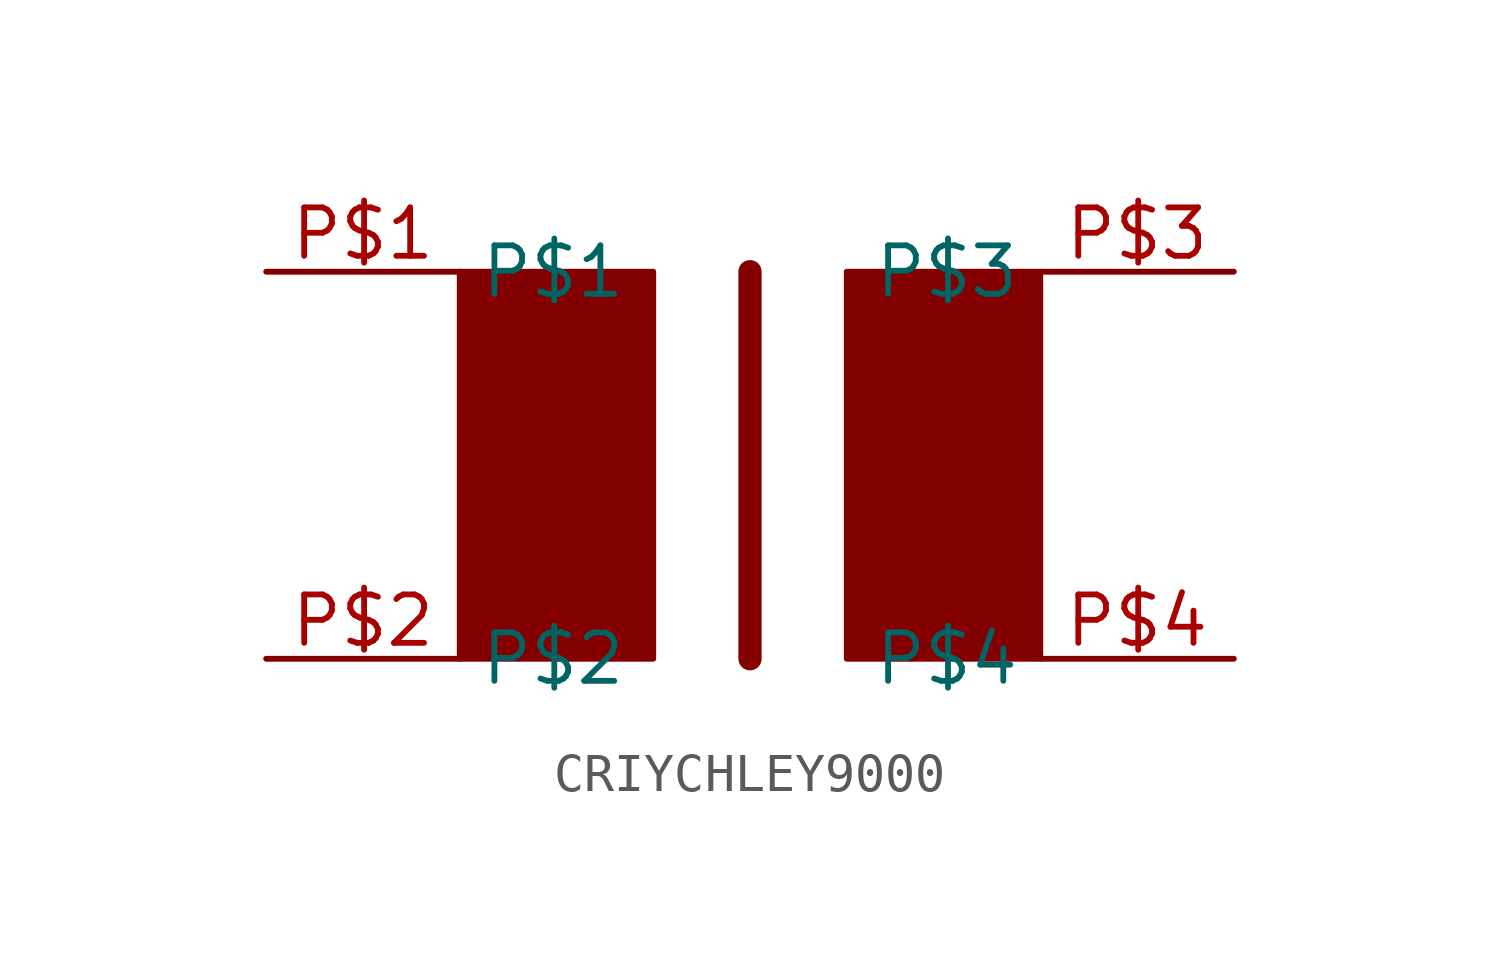
<source format=kicad_sym>
(kicad_symbol_lib
  (version 20211014)
  (generator kicad_symbol_editor)
  (symbol "CRIYCHLEY9000"
    (property "Reference" ""
      (at 0 0 0)
      (effects (font (size 1.27 1.27)) hide))
    (property "ki_locked" ""
      (at 0 0 0)
      (effects (font (size 1.27 1.27))))
    (symbol "CRIYCHLEY9000_1_0"
      (rectangle (start -7.62 -5.08) (end -2.54 5.08) (stroke (width 0) (type default) (color 0 0 0 0)) (fill (type outline)))
      (polyline (pts (xy -12.7 -5.08) (xy -2.54 -5.08)) (stroke (width 0.127) (type default) (color 0 0 0 0)) (fill (type none)))
      (polyline (pts (xy -12.7 5.08) (xy -2.54 5.08)) (stroke (width 0.127) (type default) (color 0 0 0 0)) (fill (type none)))
      (polyline (pts (xy 0 5.08) (xy 0 -5.08)) (stroke (width 0.61) (type default) (color 0 0 0 0)) (fill (type none)))
      (polyline (pts (xy 12.7 -5.08) (xy 2.54 -5.08)) (stroke (width 0.127) (type default) (color 0 0 0 0)) (fill (type none)))
      (polyline (pts (xy 12.7 5.08) (xy 2.54 5.08)) (stroke (width 0.127) (type default) (color 0 0 0 0)) (fill (type none)))
      (rectangle (start 2.54 -5.08) (end 7.62 5.08) (stroke (width 0) (type default) (color 0 0 0 0)) (fill (type outline)))
      (pin bidirectional line (at -12.7 5.08 0) (length 5.08) (name "P$1" (effects (font (size 1.27 1.27)))) (number "P$1" (effects (font (size 1.27 1.27)))))
      (pin bidirectional line (at -12.7 -5.08 0) (length 5.08) (name "P$2" (effects (font (size 1.27 1.27)))) (number "P$2" (effects (font (size 1.27 1.27)))))
      (pin bidirectional line (at 12.7 5.08 180) (length 5.08) (name "P$3" (effects (font (size 1.27 1.27)))) (number "P$3" (effects (font (size 1.27 1.27)))))
      (pin bidirectional line (at 12.7 -5.08 180) (length 5.08) (name "P$4" (effects (font (size 1.27 1.27)))) (number "P$4" (effects (font (size 1.27 1.27))))))))
</source>
